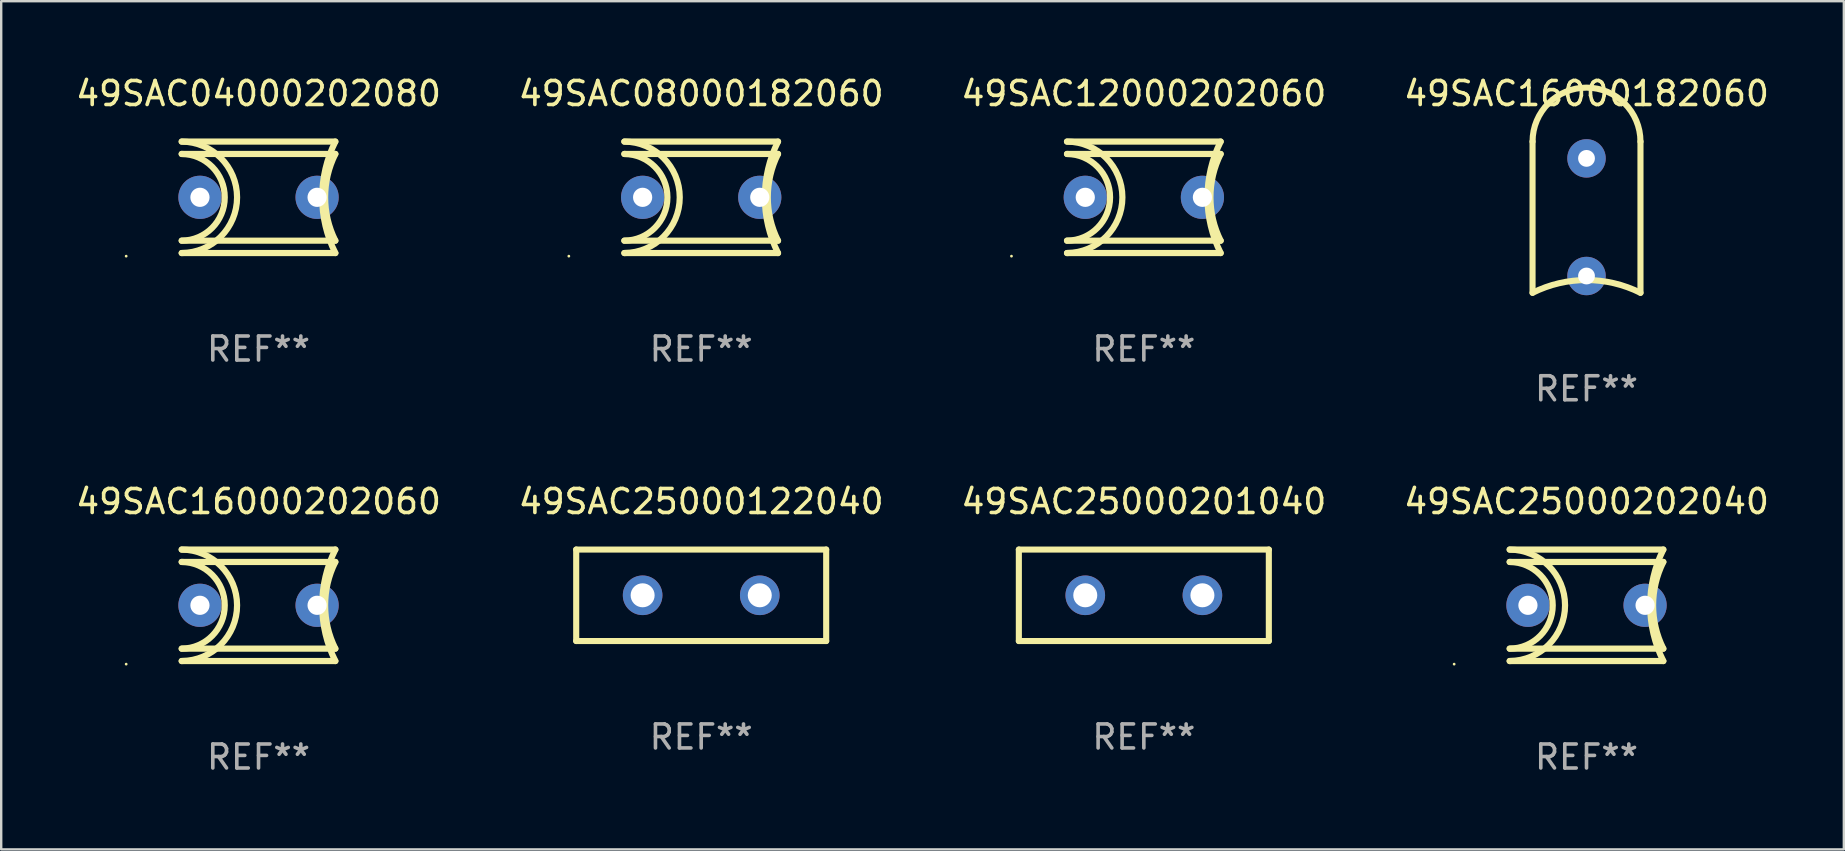
<source format=kicad_pcb>
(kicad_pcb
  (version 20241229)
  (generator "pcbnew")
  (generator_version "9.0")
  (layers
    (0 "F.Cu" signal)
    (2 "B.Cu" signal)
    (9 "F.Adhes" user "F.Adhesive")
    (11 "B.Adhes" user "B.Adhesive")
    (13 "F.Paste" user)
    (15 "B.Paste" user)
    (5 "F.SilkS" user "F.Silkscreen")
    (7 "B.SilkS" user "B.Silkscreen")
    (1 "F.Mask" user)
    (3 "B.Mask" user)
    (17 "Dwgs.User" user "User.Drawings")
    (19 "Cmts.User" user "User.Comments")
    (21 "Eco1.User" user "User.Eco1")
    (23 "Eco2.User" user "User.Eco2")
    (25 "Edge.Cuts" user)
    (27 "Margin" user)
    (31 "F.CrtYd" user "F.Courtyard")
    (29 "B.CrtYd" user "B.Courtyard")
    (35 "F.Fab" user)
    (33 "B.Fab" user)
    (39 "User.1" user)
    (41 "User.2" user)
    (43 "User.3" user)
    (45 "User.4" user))
  (footprint "49SAC16000182060"
    (layer "F.Cu")
    (at 63.042 5.998)
    (property "Reference" "49SAC16000182060" (at 0 -5.15 0) (layer "F.SilkS") (effects (font (size 1 1) (thickness 0.15))))
    (attr through_hole)
    (fp_line (start -2.248 3.15) (end -2.248 -3.15) (stroke (width 0.254) (type solid)) (layer "F.SilkS"))
    (fp_line (start 2.248 3.15) (end 2.248 -3.15) (stroke (width 0.254) (type solid)) (layer "F.SilkS"))
    (fp_arc (start -2.247904 -3.149606) (mid 0 -5.39751) (end 2.247904 -3.149606) (stroke (width 0.254001) (type solid)) (layer "F.SilkS"))
    (fp_arc (start -2.247904 3.149606) (mid 0 2.618948) (end 2.247905 3.149606) (stroke (width 0.254001) (type solid)) (layer "F.SilkS"))
    (fp_circle (center -2.375 -5.398) (end -2.345 -5.398) (stroke (width 0.06) (type solid)) (fill no) (layer "F.SilkS"))
    (fp_text user "REF**" (at 0 7.15 0) (layer "F.Fab") (effects (font (size 1 1) (thickness 0.15))))
    (pad "1" thru_hole circle (at 0 -2.45) (size 1.6 1.6) (drill 0.7) (layers "*.Cu" "*.Mask"))
    (pad "2" thru_hole circle (at 0 2.45) (size 1.6 1.6) (drill 0.7) (layers "*.Cu" "*.Mask")))
  (footprint "49SAC12000202060"
    (layer "F.Cu")
    (at 44.601 5.17)
    (property "Reference" "49SAC12000202060" (at 0 -4.322 0) (layer "F.SilkS") (effects (font (size 1 1) (thickness 0.15))))
    (attr through_hole)
    (fp_line (start -3.2 -2.322) (end 3.2 -2.322) (stroke (width 0.258) (type solid)) (layer "F.SilkS"))
    (fp_line (start -3.2 1.806) (end 3.2 1.806) (stroke (width 0.258) (type solid)) (layer "F.SilkS"))
    (fp_line (start 3.2 -1.806) (end -3.2 -1.806) (stroke (width 0.258) (type solid)) (layer "F.SilkS"))
    (fp_line (start 3.2 2.322) (end -3.2 2.322) (stroke (width 0.258) (type solid)) (layer "F.SilkS"))
    (fp_arc (start -3.200394 -1.805943) (mid -1.394425 -0.00019) (end -3.199987 1.805969) (stroke (width 0.258065) (type solid)) (layer "F.SilkS"))
    (fp_arc (start -3.200393 -2.321565) (mid -0.878829 -0.000203) (end -3.200013 2.321539) (stroke (width 0.258065) (type solid)) (layer "F.SilkS"))
    (fp_arc (start 3.200419 1.805944) (mid 2.773953 0.000035) (end 3.200013 -1.805969) (stroke (width 0.258065) (type solid)) (layer "F.SilkS"))
    (fp_arc (start 3.20042 2.321564) (mid 2.652238 0.000061) (end 3.200013 -2.321539) (stroke (width 0.258065) (type solid)) (layer "F.SilkS"))
    (fp_circle (center -5.514 2.451) (end -5.484 2.451) (stroke (width 0.06) (type solid)) (fill no) (layer "F.SilkS"))
    (fp_text user "REF**" (at 0 6.322 0) (layer "F.Fab") (effects (font (size 1 1) (thickness 0.15))))
    (pad "1" thru_hole circle (at -2.44 0) (size 1.8 1.8) (drill 0.8) (layers "*.Cu" "*.Mask"))
    (pad "2" thru_hole circle (at 2.44 0) (size 1.8 1.8) (drill 0.8) (layers "*.Cu" "*.Mask")))
  (footprint "49SAC16000202060"
    (layer "F.Cu")
    (at 7.72 22.166)
    (property "Reference" "49SAC16000202060" (at 0 -4.322 0) (layer "F.SilkS") (effects (font (size 1 1) (thickness 0.15))))
    (attr through_hole)
    (fp_line (start -3.2 -2.322) (end 3.2 -2.322) (stroke (width 0.258) (type solid)) (layer "F.SilkS"))
    (fp_line (start -3.2 1.806) (end 3.2 1.806) (stroke (width 0.258) (type solid)) (layer "F.SilkS"))
    (fp_line (start 3.2 -1.806) (end -3.2 -1.806) (stroke (width 0.258) (type solid)) (layer "F.SilkS"))
    (fp_line (start 3.2 2.322) (end -3.2 2.322) (stroke (width 0.258) (type solid)) (layer "F.SilkS"))
    (fp_arc (start -3.200394 -1.805943) (mid -1.394425 -0.00019) (end -3.199987 1.805969) (stroke (width 0.258065) (type solid)) (layer "F.SilkS"))
    (fp_arc (start -3.200393 -2.321565) (mid -0.878829 -0.000203) (end -3.200013 2.321539) (stroke (width 0.258065) (type solid)) (layer "F.SilkS"))
    (fp_arc (start 3.200419 1.805944) (mid 2.773953 0.000035) (end 3.200013 -1.805969) (stroke (width 0.258065) (type solid)) (layer "F.SilkS"))
    (fp_arc (start 3.20042 2.321564) (mid 2.652238 0.000061) (end 3.200013 -2.321539) (stroke (width 0.258065) (type solid)) (layer "F.SilkS"))
    (fp_circle (center -5.514 2.451) (end -5.484 2.451) (stroke (width 0.06) (type solid)) (fill no) (layer "F.SilkS"))
    (fp_text user "REF**" (at 0 6.322 0) (layer "F.Fab") (effects (font (size 1 1) (thickness 0.15))))
    (pad "1" thru_hole circle (at -2.44 0) (size 1.8 1.8) (drill 0.8) (layers "*.Cu" "*.Mask"))
    (pad "2" thru_hole circle (at 2.44 0) (size 1.8 1.8) (drill 0.8) (layers "*.Cu" "*.Mask")))
  (footprint "49SAC25000122040"
    (layer "F.Cu")
    (at 26.161 21.749)
    (property "Reference" "49SAC25000122040" (at 0 -3.905 0) (layer "F.SilkS") (effects (font (size 1 1) (thickness 0.15))))
    (attr through_hole)
    (fp_line (start -5.207 -1.905) (end -5.207 1.905) (stroke (width 0.254) (type solid)) (layer "F.SilkS"))
    (fp_line (start -5.207 1.905) (end 5.207 1.905) (stroke (width 0.254) (type solid)) (layer "F.SilkS"))
    (fp_line (start 5.207 -1.905) (end -5.207 -1.905) (stroke (width 0.254) (type solid)) (layer "F.SilkS"))
    (fp_line (start 5.207 1.905) (end 5.207 -1.905) (stroke (width 0.254) (type solid)) (layer "F.SilkS"))
    (fp_circle (center -5.25 1.9) (end -5.22 1.9) (stroke (width 0.06) (type solid)) (fill no) (layer "F.SilkS"))
    (fp_text user "REF**" (at 0 5.905 0) (layer "F.Fab") (effects (font (size 1 1) (thickness 0.15))))
    (pad "1" thru_hole circle (at -2.44 0) (size 1.65 1.65) (drill 1) (layers "*.Cu" "*.Mask"))
    (pad "2" thru_hole circle (at 2.44 0) (size 1.65 1.65) (drill 1) (layers "*.Cu" "*.Mask")))
  (footprint "49SAC08000182060"
    (layer "F.Cu")
    (at 26.161 5.17)
    (property "Reference" "49SAC08000182060" (at 0 -4.322 0) (layer "F.SilkS") (effects (font (size 1 1) (thickness 0.15))))
    (attr through_hole)
    (fp_line (start -3.2 -2.322) (end 3.2 -2.322) (stroke (width 0.258) (type solid)) (layer "F.SilkS"))
    (fp_line (start -3.2 1.806) (end 3.2 1.806) (stroke (width 0.258) (type solid)) (layer "F.SilkS"))
    (fp_line (start 3.2 -1.806) (end -3.2 -1.806) (stroke (width 0.258) (type solid)) (layer "F.SilkS"))
    (fp_line (start 3.2 2.322) (end -3.2 2.322) (stroke (width 0.258) (type solid)) (layer "F.SilkS"))
    (fp_arc (start -3.200394 -1.805943) (mid -1.394425 -0.00019) (end -3.199987 1.805969) (stroke (width 0.258065) (type solid)) (layer "F.SilkS"))
    (fp_arc (start -3.200393 -2.321565) (mid -0.878829 -0.000203) (end -3.200013 2.321539) (stroke (width 0.258065) (type solid)) (layer "F.SilkS"))
    (fp_arc (start 3.200419 1.805944) (mid 2.773953 0.000035) (end 3.200013 -1.805969) (stroke (width 0.258065) (type solid)) (layer "F.SilkS"))
    (fp_arc (start 3.20042 2.321564) (mid 2.652238 0.000061) (end 3.200013 -2.321539) (stroke (width 0.258065) (type solid)) (layer "F.SilkS"))
    (fp_circle (center -5.514 2.451) (end -5.484 2.451) (stroke (width 0.06) (type solid)) (fill no) (layer "F.SilkS"))
    (fp_text user "REF**" (at 0 6.322 0) (layer "F.Fab") (effects (font (size 1 1) (thickness 0.15))))
    (pad "1" thru_hole circle (at -2.44 0) (size 1.8 1.8) (drill 0.8) (layers "*.Cu" "*.Mask"))
    (pad "2" thru_hole circle (at 2.44 0) (size 1.8 1.8) (drill 0.8) (layers "*.Cu" "*.Mask")))
  (footprint "49SAC04000202080"
    (layer "F.Cu")
    (at 7.72 5.17)
    (property "Reference" "49SAC04000202080" (at 0 -4.322 0) (layer "F.SilkS") (effects (font (size 1 1) (thickness 0.15))))
    (attr through_hole)
    (fp_line (start -3.2 -2.322) (end 3.2 -2.322) (stroke (width 0.258) (type solid)) (layer "F.SilkS"))
    (fp_line (start -3.2 1.806) (end 3.2 1.806) (stroke (width 0.258) (type solid)) (layer "F.SilkS"))
    (fp_line (start 3.2 -1.806) (end -3.2 -1.806) (stroke (width 0.258) (type solid)) (layer "F.SilkS"))
    (fp_line (start 3.2 2.322) (end -3.2 2.322) (stroke (width 0.258) (type solid)) (layer "F.SilkS"))
    (fp_arc (start -3.200394 -1.805943) (mid -1.394425 -0.00019) (end -3.199987 1.805969) (stroke (width 0.258065) (type solid)) (layer "F.SilkS"))
    (fp_arc (start -3.200393 -2.321565) (mid -0.878829 -0.000203) (end -3.200013 2.321539) (stroke (width 0.258065) (type solid)) (layer "F.SilkS"))
    (fp_arc (start 3.200419 1.805944) (mid 2.773953 0.000035) (end 3.200013 -1.805969) (stroke (width 0.258065) (type solid)) (layer "F.SilkS"))
    (fp_arc (start 3.20042 2.321564) (mid 2.652238 0.000061) (end 3.200013 -2.321539) (stroke (width 0.258065) (type solid)) (layer "F.SilkS"))
    (fp_circle (center -5.514 2.451) (end -5.484 2.451) (stroke (width 0.06) (type solid)) (fill no) (layer "F.SilkS"))
    (fp_text user "REF**" (at 0 6.322 0) (layer "F.Fab") (effects (font (size 1 1) (thickness 0.15))))
    (pad "1" thru_hole circle (at -2.44 0) (size 1.8 1.8) (drill 0.8) (layers "*.Cu" "*.Mask"))
    (pad "2" thru_hole circle (at 2.44 0) (size 1.8 1.8) (drill 0.8) (layers "*.Cu" "*.Mask")))
  (footprint "49SAC25000201040"
    (layer "F.Cu")
    (at 44.601 21.749)
    (property "Reference" "49SAC25000201040" (at 0 -3.905 0) (layer "F.SilkS") (effects (font (size 1 1) (thickness 0.15))))
    (attr through_hole)
    (fp_line (start -5.207 -1.905) (end -5.207 1.905) (stroke (width 0.254) (type solid)) (layer "F.SilkS"))
    (fp_line (start -5.207 1.905) (end 5.207 1.905) (stroke (width 0.254) (type solid)) (layer "F.SilkS"))
    (fp_line (start 5.207 -1.905) (end -5.207 -1.905) (stroke (width 0.254) (type solid)) (layer "F.SilkS"))
    (fp_line (start 5.207 1.905) (end 5.207 -1.905) (stroke (width 0.254) (type solid)) (layer "F.SilkS"))
    (fp_circle (center -5.25 1.9) (end -5.22 1.9) (stroke (width 0.06) (type solid)) (fill no) (layer "F.SilkS"))
    (fp_text user "REF**" (at 0 5.905 0) (layer "F.Fab") (effects (font (size 1 1) (thickness 0.15))))
    (pad "1" thru_hole circle (at -2.44 0) (size 1.65 1.65) (drill 1) (layers "*.Cu" "*.Mask"))
    (pad "2" thru_hole circle (at 2.44 0) (size 1.65 1.65) (drill 1) (layers "*.Cu" "*.Mask")))
  (footprint "49SAC25000202040"
    (layer "F.Cu")
    (at 63.042 22.166)
    (property "Reference" "49SAC25000202040" (at 0 -4.322 0) (layer "F.SilkS") (effects (font (size 1 1) (thickness 0.15))))
    (attr through_hole)
    (fp_line (start -3.2 -2.322) (end 3.2 -2.322) (stroke (width 0.258) (type solid)) (layer "F.SilkS"))
    (fp_line (start -3.2 1.806) (end 3.2 1.806) (stroke (width 0.258) (type solid)) (layer "F.SilkS"))
    (fp_line (start 3.2 -1.806) (end -3.2 -1.806) (stroke (width 0.258) (type solid)) (layer "F.SilkS"))
    (fp_line (start 3.2 2.322) (end -3.2 2.322) (stroke (width 0.258) (type solid)) (layer "F.SilkS"))
    (fp_arc (start -3.200394 -1.805943) (mid -1.394425 -0.00019) (end -3.199987 1.805969) (stroke (width 0.258065) (type solid)) (layer "F.SilkS"))
    (fp_arc (start -3.200393 -2.321565) (mid -0.878829 -0.000203) (end -3.200013 2.321539) (stroke (width 0.258065) (type solid)) (layer "F.SilkS"))
    (fp_arc (start 3.200419 1.805944) (mid 2.773953 0.000035) (end 3.200013 -1.805969) (stroke (width 0.258065) (type solid)) (layer "F.SilkS"))
    (fp_arc (start 3.20042 2.321564) (mid 2.652238 0.000061) (end 3.200013 -2.321539) (stroke (width 0.258065) (type solid)) (layer "F.SilkS"))
    (fp_circle (center -5.514 2.451) (end -5.484 2.451) (stroke (width 0.06) (type solid)) (fill no) (layer "F.SilkS"))
    (fp_text user "REF**" (at 0 6.322 0) (layer "F.Fab") (effects (font (size 1 1) (thickness 0.15))))
    (pad "1" thru_hole circle (at -2.44 0) (size 1.8 1.8) (drill 0.8) (layers "*.Cu" "*.Mask"))
    (pad "2" thru_hole circle (at 2.44 0) (size 1.8 1.8) (drill 0.8) (layers "*.Cu" "*.Mask")))
  (gr_rect
    (start -3 -3)
    (end 73.762 32.335)
    (stroke (width 0.1) (type default))
    (fill no)
    (layer "Edge.Cuts")))
</source>
